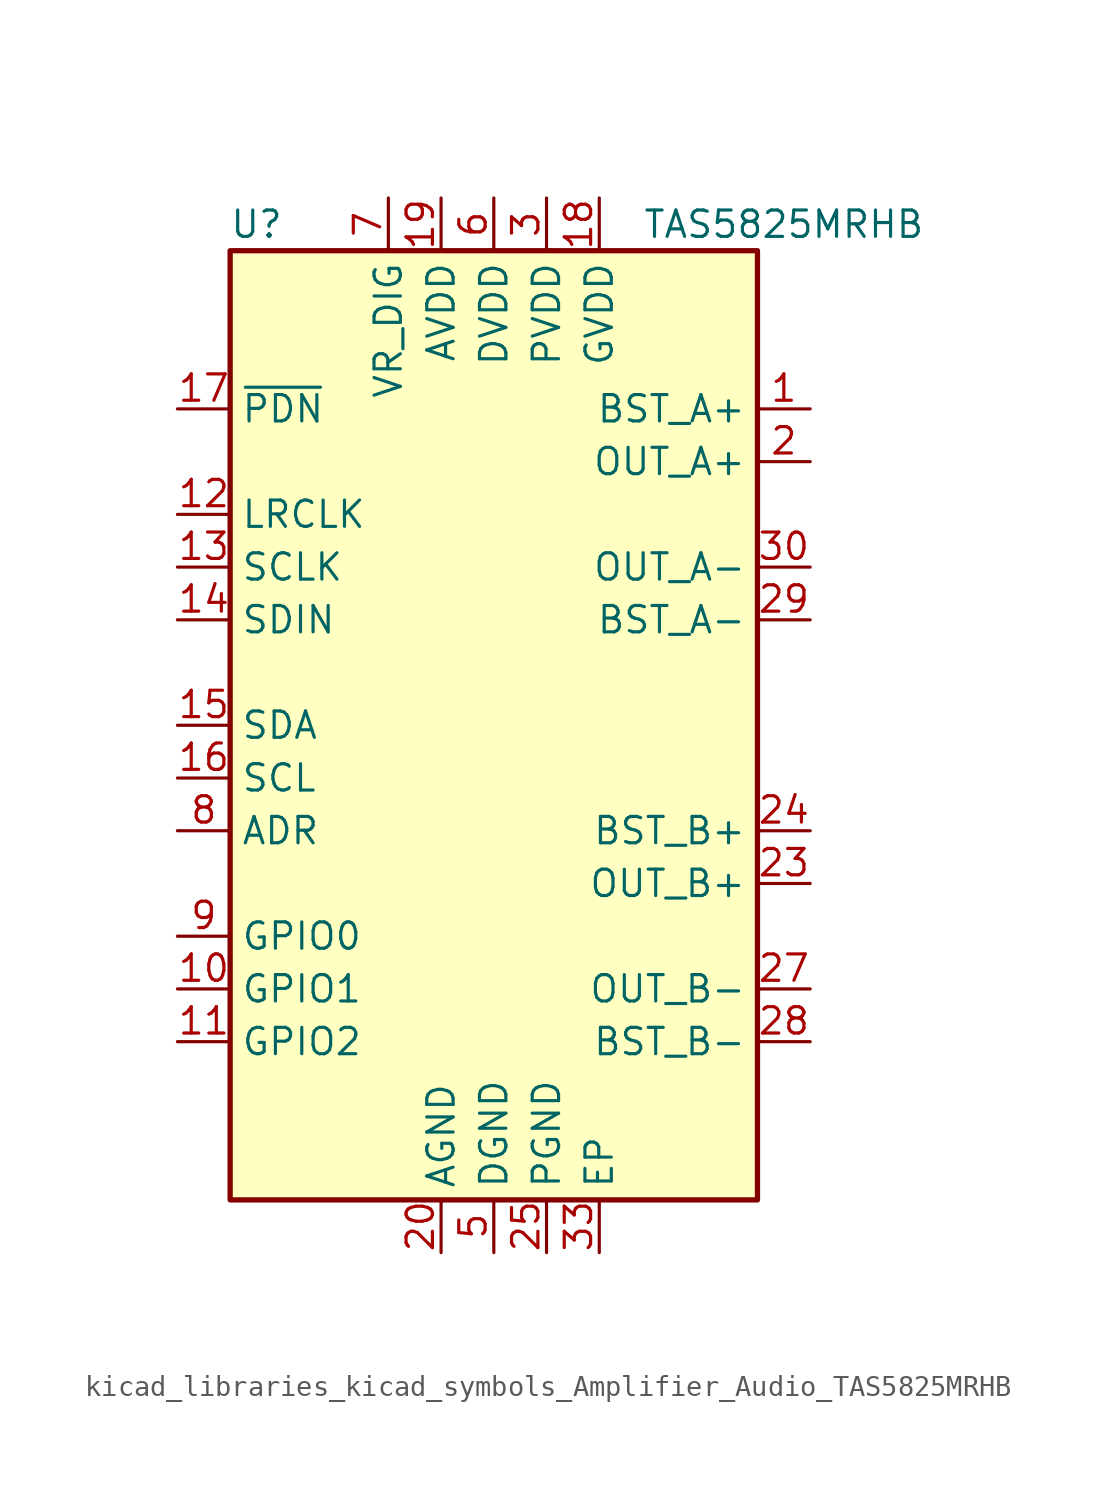
<source format=kicad_sym>
(kicad_symbol_lib
  (version 20220914)
  (generator kicad_symbol_editor)
  (symbol "kicad_libraries_kicad_symbols_Amplifier_Audio_TAS5825MRHB"
    (property "Reference" "U"
      (at -11.43 24.13 0)
      (effects (font (size 1.27 1.27))))
    (property "Value" "TAS5825MRHB"
      (at 13.97 24.13 0)
      (effects (font (size 1.27 1.27))))
    (symbol "kicad_libraries_kicad_symbols_Amplifier_Audio_TAS5825MRHB_0_1"
      (rectangle (start -12.7 22.86) (end 12.7 -22.86) (stroke (width 0.254) (type default)) (fill (type background))))
    (symbol "kicad_libraries_kicad_symbols_Amplifier_Audio_TAS5825MRHB_1_1"
      (pin passive line (at 15.24 15.24 180) (length 2.54) (name "BST_A+" (effects (font (size 1.27 1.27)))) (number "1" (effects (font (size 1.27 1.27)))))
      (pin bidirectional line (at -15.24 -12.7 0) (length 2.54) (name "GPIO1" (effects (font (size 1.27 1.27)))) (number "10" (effects (font (size 1.27 1.27)))))
      (pin bidirectional line (at -15.24 -15.24 0) (length 2.54) (name "GPIO2" (effects (font (size 1.27 1.27)))) (number "11" (effects (font (size 1.27 1.27)))))
      (pin input line (at -15.24 10.16 0) (length 2.54) (name "LRCLK" (effects (font (size 1.27 1.27)))) (number "12" (effects (font (size 1.27 1.27)))))
      (pin input line (at -15.24 7.62 0) (length 2.54) (name "SCLK" (effects (font (size 1.27 1.27)))) (number "13" (effects (font (size 1.27 1.27)))))
      (pin input line (at -15.24 5.08 0) (length 2.54) (name "SDIN" (effects (font (size 1.27 1.27)))) (number "14" (effects (font (size 1.27 1.27)))))
      (pin bidirectional line (at -15.24 0 0) (length 2.54) (name "SDA" (effects (font (size 1.27 1.27)))) (number "15" (effects (font (size 1.27 1.27)))))
      (pin input line (at -15.24 -2.54 0) (length 2.54) (name "SCL" (effects (font (size 1.27 1.27)))) (number "16" (effects (font (size 1.27 1.27)))))
      (pin input line (at -15.24 15.24 0) (length 2.54) (name "~{PDN}" (effects (font (size 1.27 1.27)))) (number "17" (effects (font (size 1.27 1.27)))))
      (pin passive line (at 5.08 25.4 270) (length 2.54) (name "GVDD" (effects (font (size 1.27 1.27)))) (number "18" (effects (font (size 1.27 1.27)))))
      (pin passive line (at -2.54 25.4 270) (length 2.54) (name "AVDD" (effects (font (size 1.27 1.27)))) (number "19" (effects (font (size 1.27 1.27)))))
      (pin output line (at 15.24 12.7 180) (length 2.54) (name "OUT_A+" (effects (font (size 1.27 1.27)))) (number "2" (effects (font (size 1.27 1.27)))))
      (pin power_in line (at -2.54 -25.4 90) (length 2.54) (name "AGND" (effects (font (size 1.27 1.27)))) (number "20" (effects (font (size 1.27 1.27)))))
      (pin passive line (at 2.54 25.4 270) (length 2.54) hide (name "PVDD" (effects (font (size 1.27 1.27)))) (number "21" (effects (font (size 1.27 1.27)))))
      (pin passive line (at 2.54 25.4 270) (length 2.54) hide (name "PVDD" (effects (font (size 1.27 1.27)))) (number "22" (effects (font (size 1.27 1.27)))))
      (pin output line (at 15.24 -7.62 180) (length 2.54) (name "OUT_B+" (effects (font (size 1.27 1.27)))) (number "23" (effects (font (size 1.27 1.27)))))
      (pin passive line (at 15.24 -5.08 180) (length 2.54) (name "BST_B+" (effects (font (size 1.27 1.27)))) (number "24" (effects (font (size 1.27 1.27)))))
      (pin power_in line (at 2.54 -25.4 90) (length 2.54) (name "PGND" (effects (font (size 1.27 1.27)))) (number "25" (effects (font (size 1.27 1.27)))))
      (pin passive line (at 2.54 -25.4 90) (length 2.54) hide (name "PGND" (effects (font (size 1.27 1.27)))) (number "26" (effects (font (size 1.27 1.27)))))
      (pin output line (at 15.24 -12.7 180) (length 2.54) (name "OUT_B-" (effects (font (size 1.27 1.27)))) (number "27" (effects (font (size 1.27 1.27)))))
      (pin passive line (at 15.24 -15.24 180) (length 2.54) (name "BST_B-" (effects (font (size 1.27 1.27)))) (number "28" (effects (font (size 1.27 1.27)))))
      (pin passive line (at 15.24 5.08 180) (length 2.54) (name "BST_A-" (effects (font (size 1.27 1.27)))) (number "29" (effects (font (size 1.27 1.27)))))
      (pin power_in line (at 2.54 25.4 270) (length 2.54) (name "PVDD" (effects (font (size 1.27 1.27)))) (number "3" (effects (font (size 1.27 1.27)))))
      (pin output line (at 15.24 7.62 180) (length 2.54) (name "OUT_A-" (effects (font (size 1.27 1.27)))) (number "30" (effects (font (size 1.27 1.27)))))
      (pin passive line (at 2.54 -25.4 90) (length 2.54) hide (name "PGND" (effects (font (size 1.27 1.27)))) (number "31" (effects (font (size 1.27 1.27)))))
      (pin passive line (at 2.54 -25.4 90) (length 2.54) hide (name "PGND" (effects (font (size 1.27 1.27)))) (number "32" (effects (font (size 1.27 1.27)))))
      (pin passive line (at 5.08 -25.4 90) (length 2.54) (name "EP" (effects (font (size 1.27 1.27)))) (number "33" (effects (font (size 1.27 1.27)))))
      (pin passive line (at 2.54 25.4 270) (length 2.54) hide (name "PVDD" (effects (font (size 1.27 1.27)))) (number "4" (effects (font (size 1.27 1.27)))))
      (pin power_in line (at 0 -25.4 90) (length 2.54) (name "DGND" (effects (font (size 1.27 1.27)))) (number "5" (effects (font (size 1.27 1.27)))))
      (pin power_in line (at 0 25.4 270) (length 2.54) (name "DVDD" (effects (font (size 1.27 1.27)))) (number "6" (effects (font (size 1.27 1.27)))))
      (pin passive line (at -5.08 25.4 270) (length 2.54) (name "VR_DIG" (effects (font (size 1.27 1.27)))) (number "7" (effects (font (size 1.27 1.27)))))
      (pin passive line (at -15.24 -5.08 0) (length 2.54) (name "ADR" (effects (font (size 1.27 1.27)))) (number "8" (effects (font (size 1.27 1.27)))))
      (pin bidirectional line (at -15.24 -10.16 0) (length 2.54) (name "GPIO0" (effects (font (size 1.27 1.27)))) (number "9" (effects (font (size 1.27 1.27))))))))
</source>
